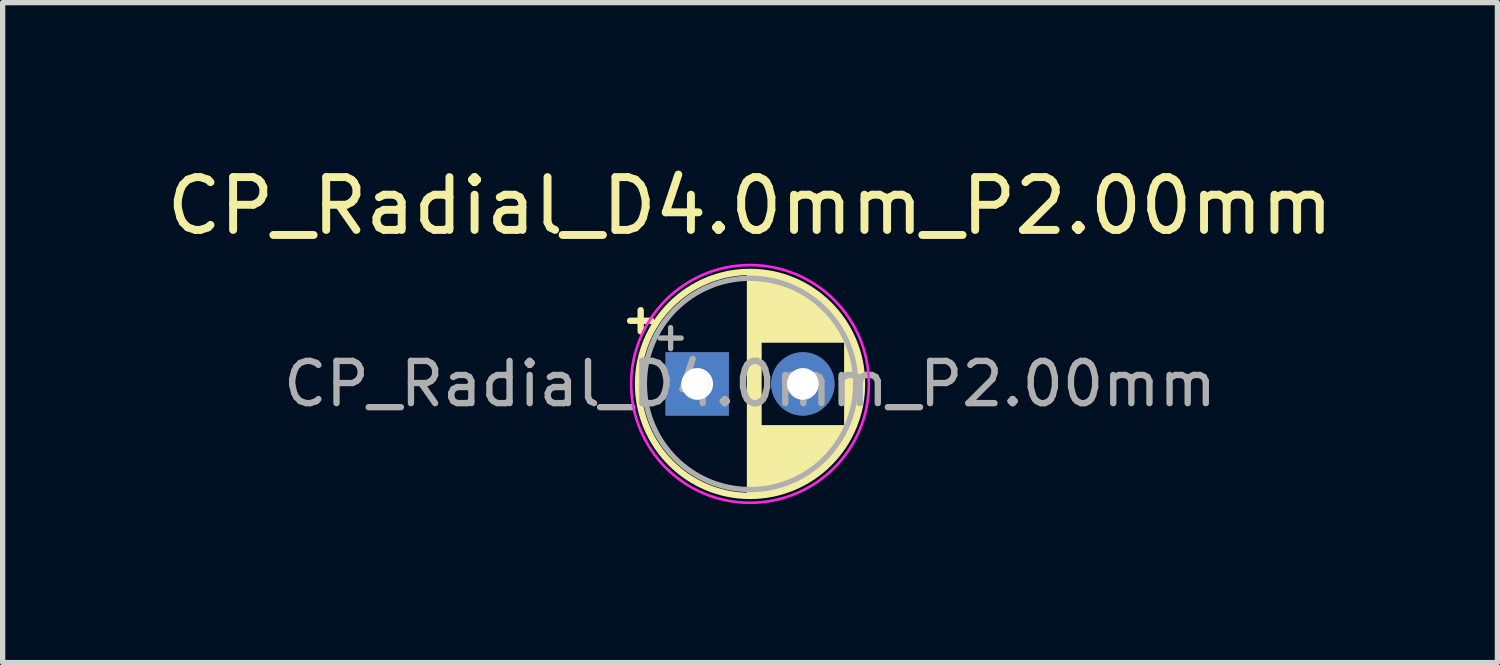
<source format=kicad_pcb>
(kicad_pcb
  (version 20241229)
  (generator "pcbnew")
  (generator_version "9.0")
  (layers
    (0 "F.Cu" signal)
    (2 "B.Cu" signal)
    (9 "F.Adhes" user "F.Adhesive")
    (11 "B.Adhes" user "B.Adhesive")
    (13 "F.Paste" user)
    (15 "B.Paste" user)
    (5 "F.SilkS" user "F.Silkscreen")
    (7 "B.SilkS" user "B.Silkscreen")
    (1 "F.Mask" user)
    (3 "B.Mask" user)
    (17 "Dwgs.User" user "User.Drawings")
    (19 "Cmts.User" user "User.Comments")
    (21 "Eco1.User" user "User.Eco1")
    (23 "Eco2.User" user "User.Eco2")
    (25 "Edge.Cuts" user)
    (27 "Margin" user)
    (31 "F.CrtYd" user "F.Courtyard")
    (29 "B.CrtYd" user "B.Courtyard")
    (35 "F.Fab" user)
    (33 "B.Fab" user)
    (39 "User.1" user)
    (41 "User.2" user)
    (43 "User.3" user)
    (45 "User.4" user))
  (footprint "CP_Radial_D4.0mm_P2.00mm"
    (layer "F.Cu")
    (at 10.149 4.218)
    (property "Reference" "CP_Radial_D4.0mm_P2.00mm" (at 1 -3.37 0) (layer "F.SilkS") (effects (font (size 1 1) (thickness 0.15))))
    (attr through_hole)
    (fp_line (start -1.27 -1.195) (end -0.87 -1.195) (stroke (width 0.12) (type solid)) (layer "F.SilkS"))
    (fp_line (start -1.07 -1.395) (end -1.07 -0.995) (stroke (width 0.12) (type solid)) (layer "F.SilkS"))
    (fp_line (start 1 -2.08) (end 1 2.08) (stroke (width 0.12) (type solid)) (layer "F.SilkS"))
    (fp_line (start 1.04 -2.08) (end 1.04 2.08) (stroke (width 0.12) (type solid)) (layer "F.SilkS"))
    (fp_line (start 1.08 -2.079) (end 1.08 2.079) (stroke (width 0.12) (type solid)) (layer "F.SilkS"))
    (fp_line (start 1.12 -2.077) (end 1.12 2.077) (stroke (width 0.12) (type solid)) (layer "F.SilkS"))
    (fp_line (start 1.16 -2.074) (end 1.16 2.074) (stroke (width 0.12) (type solid)) (layer "F.SilkS"))
    (fp_line (start 1.2 -2.071) (end 1.2 -0.84) (stroke (width 0.12) (type solid)) (layer "F.SilkS"))
    (fp_line (start 1.2 0.84) (end 1.2 2.071) (stroke (width 0.12) (type solid)) (layer "F.SilkS"))
    (fp_line (start 1.24 -2.067) (end 1.24 -0.84) (stroke (width 0.12) (type solid)) (layer "F.SilkS"))
    (fp_line (start 1.24 0.84) (end 1.24 2.067) (stroke (width 0.12) (type solid)) (layer "F.SilkS"))
    (fp_line (start 1.28 -2.062) (end 1.28 -0.84) (stroke (width 0.12) (type solid)) (layer "F.SilkS"))
    (fp_line (start 1.28 0.84) (end 1.28 2.062) (stroke (width 0.12) (type solid)) (layer "F.SilkS"))
    (fp_line (start 1.32 -2.056) (end 1.32 -0.84) (stroke (width 0.12) (type solid)) (layer "F.SilkS"))
    (fp_line (start 1.32 0.84) (end 1.32 2.056) (stroke (width 0.12) (type solid)) (layer "F.SilkS"))
    (fp_line (start 1.36 -2.05) (end 1.36 -0.84) (stroke (width 0.12) (type solid)) (layer "F.SilkS"))
    (fp_line (start 1.36 0.84) (end 1.36 2.05) (stroke (width 0.12) (type solid)) (layer "F.SilkS"))
    (fp_line (start 1.4 -2.042) (end 1.4 -0.84) (stroke (width 0.12) (type solid)) (layer "F.SilkS"))
    (fp_line (start 1.4 0.84) (end 1.4 2.042) (stroke (width 0.12) (type solid)) (layer "F.SilkS"))
    (fp_line (start 1.44 -2.034) (end 1.44 -0.84) (stroke (width 0.12) (type solid)) (layer "F.SilkS"))
    (fp_line (start 1.44 0.84) (end 1.44 2.034) (stroke (width 0.12) (type solid)) (layer "F.SilkS"))
    (fp_line (start 1.48 -2.025) (end 1.48 -0.84) (stroke (width 0.12) (type solid)) (layer "F.SilkS"))
    (fp_line (start 1.48 0.84) (end 1.48 2.025) (stroke (width 0.12) (type solid)) (layer "F.SilkS"))
    (fp_line (start 1.52 -2.016) (end 1.52 -0.84) (stroke (width 0.12) (type solid)) (layer "F.SilkS"))
    (fp_line (start 1.52 0.84) (end 1.52 2.016) (stroke (width 0.12) (type solid)) (layer "F.SilkS"))
    (fp_line (start 1.56 -2.005) (end 1.56 -0.84) (stroke (width 0.12) (type solid)) (layer "F.SilkS"))
    (fp_line (start 1.56 0.84) (end 1.56 2.005) (stroke (width 0.12) (type solid)) (layer "F.SilkS"))
    (fp_line (start 1.6 -1.994) (end 1.6 -0.84) (stroke (width 0.12) (type solid)) (layer "F.SilkS"))
    (fp_line (start 1.6 0.84) (end 1.6 1.994) (stroke (width 0.12) (type solid)) (layer "F.SilkS"))
    (fp_line (start 1.64 -1.982) (end 1.64 -0.84) (stroke (width 0.12) (type solid)) (layer "F.SilkS"))
    (fp_line (start 1.64 0.84) (end 1.64 1.982) (stroke (width 0.12) (type solid)) (layer "F.SilkS"))
    (fp_line (start 1.68 -1.968) (end 1.68 -0.84) (stroke (width 0.12) (type solid)) (layer "F.SilkS"))
    (fp_line (start 1.68 0.84) (end 1.68 1.968) (stroke (width 0.12) (type solid)) (layer "F.SilkS"))
    (fp_line (start 1.721 -1.954) (end 1.721 -0.84) (stroke (width 0.12) (type solid)) (layer "F.SilkS"))
    (fp_line (start 1.721 0.84) (end 1.721 1.954) (stroke (width 0.12) (type solid)) (layer "F.SilkS"))
    (fp_line (start 1.761 -1.94) (end 1.761 -0.84) (stroke (width 0.12) (type solid)) (layer "F.SilkS"))
    (fp_line (start 1.761 0.84) (end 1.761 1.94) (stroke (width 0.12) (type solid)) (layer "F.SilkS"))
    (fp_line (start 1.801 -1.924) (end 1.801 -0.84) (stroke (width 0.12) (type solid)) (layer "F.SilkS"))
    (fp_line (start 1.801 0.84) (end 1.801 1.924) (stroke (width 0.12) (type solid)) (layer "F.SilkS"))
    (fp_line (start 1.841 -1.907) (end 1.841 -0.84) (stroke (width 0.12) (type solid)) (layer "F.SilkS"))
    (fp_line (start 1.841 0.84) (end 1.841 1.907) (stroke (width 0.12) (type solid)) (layer "F.SilkS"))
    (fp_line (start 1.881 -1.889) (end 1.881 -0.84) (stroke (width 0.12) (type solid)) (layer "F.SilkS"))
    (fp_line (start 1.881 0.84) (end 1.881 1.889) (stroke (width 0.12) (type solid)) (layer "F.SilkS"))
    (fp_line (start 1.921 -1.87) (end 1.921 -0.84) (stroke (width 0.12) (type solid)) (layer "F.SilkS"))
    (fp_line (start 1.921 0.84) (end 1.921 1.87) (stroke (width 0.12) (type solid)) (layer "F.SilkS"))
    (fp_line (start 1.961 -1.851) (end 1.961 -0.84) (stroke (width 0.12) (type solid)) (layer "F.SilkS"))
    (fp_line (start 1.961 0.84) (end 1.961 1.851) (stroke (width 0.12) (type solid)) (layer "F.SilkS"))
    (fp_line (start 2.001 -1.83) (end 2.001 -0.84) (stroke (width 0.12) (type solid)) (layer "F.SilkS"))
    (fp_line (start 2.001 0.84) (end 2.001 1.83) (stroke (width 0.12) (type solid)) (layer "F.SilkS"))
    (fp_line (start 2.041 -1.808) (end 2.041 -0.84) (stroke (width 0.12) (type solid)) (layer "F.SilkS"))
    (fp_line (start 2.041 0.84) (end 2.041 1.808) (stroke (width 0.12) (type solid)) (layer "F.SilkS"))
    (fp_line (start 2.081 -1.785) (end 2.081 -0.84) (stroke (width 0.12) (type solid)) (layer "F.SilkS"))
    (fp_line (start 2.081 0.84) (end 2.081 1.785) (stroke (width 0.12) (type solid)) (layer "F.SilkS"))
    (fp_line (start 2.121 -1.76) (end 2.121 -0.84) (stroke (width 0.12) (type solid)) (layer "F.SilkS"))
    (fp_line (start 2.121 0.84) (end 2.121 1.76) (stroke (width 0.12) (type solid)) (layer "F.SilkS"))
    (fp_line (start 2.161 -1.735) (end 2.161 -0.84) (stroke (width 0.12) (type solid)) (layer "F.SilkS"))
    (fp_line (start 2.161 0.84) (end 2.161 1.735) (stroke (width 0.12) (type solid)) (layer "F.SilkS"))
    (fp_line (start 2.201 -1.708) (end 2.201 -0.84) (stroke (width 0.12) (type solid)) (layer "F.SilkS"))
    (fp_line (start 2.201 0.84) (end 2.201 1.708) (stroke (width 0.12) (type solid)) (layer "F.SilkS"))
    (fp_line (start 2.241 -1.68) (end 2.241 -0.84) (stroke (width 0.12) (type solid)) (layer "F.SilkS"))
    (fp_line (start 2.241 0.84) (end 2.241 1.68) (stroke (width 0.12) (type solid)) (layer "F.SilkS"))
    (fp_line (start 2.281 -1.65) (end 2.281 -0.84) (stroke (width 0.12) (type solid)) (layer "F.SilkS"))
    (fp_line (start 2.281 0.84) (end 2.281 1.65) (stroke (width 0.12) (type solid)) (layer "F.SilkS"))
    (fp_line (start 2.321 -1.619) (end 2.321 -0.84) (stroke (width 0.12) (type solid)) (layer "F.SilkS"))
    (fp_line (start 2.321 0.84) (end 2.321 1.619) (stroke (width 0.12) (type solid)) (layer "F.SilkS"))
    (fp_line (start 2.361 -1.587) (end 2.361 -0.84) (stroke (width 0.12) (type solid)) (layer "F.SilkS"))
    (fp_line (start 2.361 0.84) (end 2.361 1.587) (stroke (width 0.12) (type solid)) (layer "F.SilkS"))
    (fp_line (start 2.401 -1.552) (end 2.401 -0.84) (stroke (width 0.12) (type solid)) (layer "F.SilkS"))
    (fp_line (start 2.401 0.84) (end 2.401 1.552) (stroke (width 0.12) (type solid)) (layer "F.SilkS"))
    (fp_line (start 2.441 -1.516) (end 2.441 -0.84) (stroke (width 0.12) (type solid)) (layer "F.SilkS"))
    (fp_line (start 2.441 0.84) (end 2.441 1.516) (stroke (width 0.12) (type solid)) (layer "F.SilkS"))
    (fp_line (start 2.481 -1.478) (end 2.481 -0.84) (stroke (width 0.12) (type solid)) (layer "F.SilkS"))
    (fp_line (start 2.481 0.84) (end 2.481 1.478) (stroke (width 0.12) (type solid)) (layer "F.SilkS"))
    (fp_line (start 2.521 -1.438) (end 2.521 -0.84) (stroke (width 0.12) (type solid)) (layer "F.SilkS"))
    (fp_line (start 2.521 0.84) (end 2.521 1.438) (stroke (width 0.12) (type solid)) (layer "F.SilkS"))
    (fp_line (start 2.561 -1.396) (end 2.561 -0.84) (stroke (width 0.12) (type solid)) (layer "F.SilkS"))
    (fp_line (start 2.561 0.84) (end 2.561 1.396) (stroke (width 0.12) (type solid)) (layer "F.SilkS"))
    (fp_line (start 2.601 -1.351) (end 2.601 -0.84) (stroke (width 0.12) (type solid)) (layer "F.SilkS"))
    (fp_line (start 2.601 0.84) (end 2.601 1.351) (stroke (width 0.12) (type solid)) (layer "F.SilkS"))
    (fp_line (start 2.641 -1.304) (end 2.641 -0.84) (stroke (width 0.12) (type solid)) (layer "F.SilkS"))
    (fp_line (start 2.641 0.84) (end 2.641 1.304) (stroke (width 0.12) (type solid)) (layer "F.SilkS"))
    (fp_line (start 2.681 -1.254) (end 2.681 -0.84) (stroke (width 0.12) (type solid)) (layer "F.SilkS"))
    (fp_line (start 2.681 0.84) (end 2.681 1.254) (stroke (width 0.12) (type solid)) (layer "F.SilkS"))
    (fp_line (start 2.721 -1.2) (end 2.721 -0.84) (stroke (width 0.12) (type solid)) (layer "F.SilkS"))
    (fp_line (start 2.721 0.84) (end 2.721 1.2) (stroke (width 0.12) (type solid)) (layer "F.SilkS"))
    (fp_line (start 2.761 -1.142) (end 2.761 -0.84) (stroke (width 0.12) (type solid)) (layer "F.SilkS"))
    (fp_line (start 2.761 0.84) (end 2.761 1.142) (stroke (width 0.12) (type solid)) (layer "F.SilkS"))
    (fp_line (start 2.801 -1.08) (end 2.801 -0.84) (stroke (width 0.12) (type solid)) (layer "F.SilkS"))
    (fp_line (start 2.801 0.84) (end 2.801 1.08) (stroke (width 0.12) (type solid)) (layer "F.SilkS"))
    (fp_line (start 2.841 -1.013) (end 2.841 1.013) (stroke (width 0.12) (type solid)) (layer "F.SilkS"))
    (fp_line (start 2.881 -0.94) (end 2.881 0.94) (stroke (width 0.12) (type solid)) (layer "F.SilkS"))
    (fp_line (start 2.921 -0.859) (end 2.921 0.859) (stroke (width 0.12) (type solid)) (layer "F.SilkS"))
    (fp_line (start 2.961 -0.768) (end 2.961 0.768) (stroke (width 0.12) (type solid)) (layer "F.SilkS"))
    (fp_line (start 3.001 -0.664) (end 3.001 0.664) (stroke (width 0.12) (type solid)) (layer "F.SilkS"))
    (fp_line (start 3.041 -0.537) (end 3.041 0.537) (stroke (width 0.12) (type solid)) (layer "F.SilkS"))
    (fp_line (start 3.081 -0.37) (end 3.081 0.37) (stroke (width 0.12) (type solid)) (layer "F.SilkS"))
    (fp_circle (center 1 0) (end 3.12 0) (stroke (width 0.12) (type solid)) (fill no) (layer "F.SilkS"))
    (fp_circle (center 1 0) (end 3.25 0) (stroke (width 0.05) (type solid)) (fill no) (layer "F.CrtYd"))
    (fp_line (start -0.703 -0.868) (end -0.303 -0.868) (stroke (width 0.1) (type solid)) (layer "F.Fab"))
    (fp_line (start -0.503 -1.067) (end -0.503 -0.667) (stroke (width 0.1) (type solid)) (layer "F.Fab"))
    (fp_circle (center 1 0) (end 3 0) (stroke (width 0.1) (type solid)) (fill no) (layer "F.Fab"))
    (fp_text user "${REFERENCE}" (at 1 0 0) (layer "F.Fab") (effects (font (size 0.8 0.8) (thickness 0.12))))
    (pad "1" thru_hole rect (at 0 0) (size 1.2 1.2) (drill 0.6) (layers "*.Cu" "*.Mask"))
    (pad "2" thru_hole circle (at 2 0) (size 1.2 1.2) (drill 0.6) (layers "*.Cu" "*.Mask")))
  (gr_rect
    (start -3 -3)
    (end 25.298 9.493)
    (stroke (width 0.1) (type default))
    (fill no)
    (layer "Edge.Cuts")))
</source>
